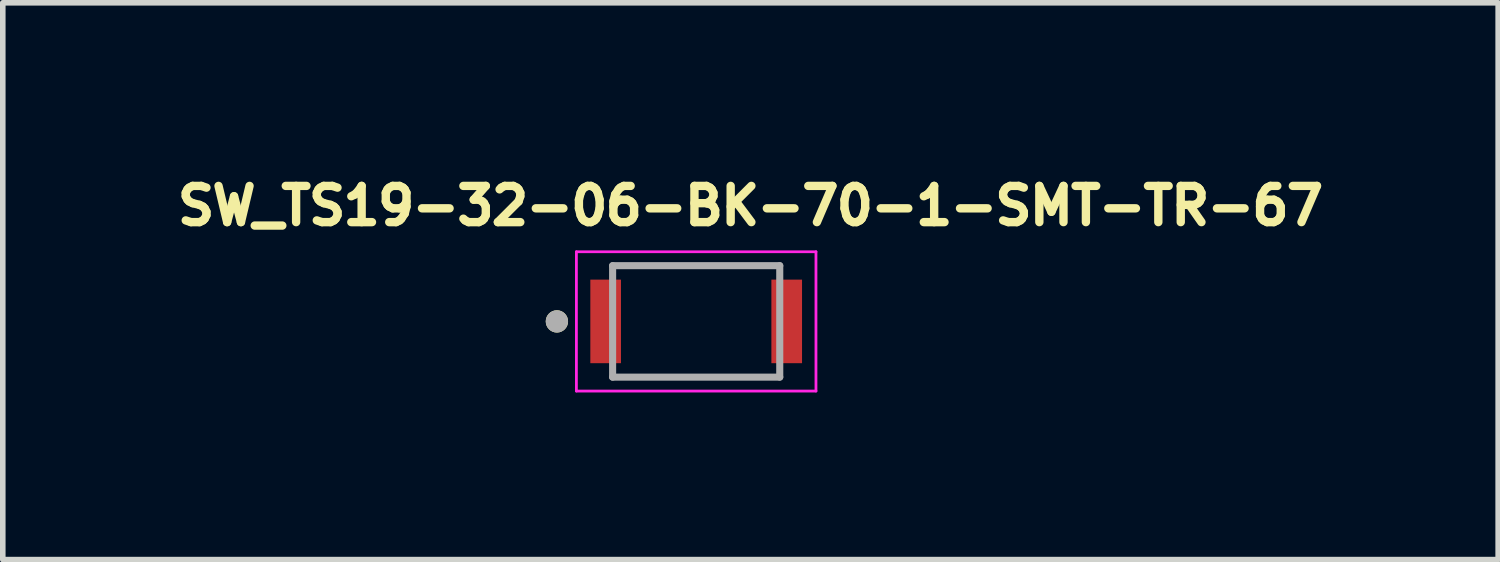
<source format=kicad_pcb>
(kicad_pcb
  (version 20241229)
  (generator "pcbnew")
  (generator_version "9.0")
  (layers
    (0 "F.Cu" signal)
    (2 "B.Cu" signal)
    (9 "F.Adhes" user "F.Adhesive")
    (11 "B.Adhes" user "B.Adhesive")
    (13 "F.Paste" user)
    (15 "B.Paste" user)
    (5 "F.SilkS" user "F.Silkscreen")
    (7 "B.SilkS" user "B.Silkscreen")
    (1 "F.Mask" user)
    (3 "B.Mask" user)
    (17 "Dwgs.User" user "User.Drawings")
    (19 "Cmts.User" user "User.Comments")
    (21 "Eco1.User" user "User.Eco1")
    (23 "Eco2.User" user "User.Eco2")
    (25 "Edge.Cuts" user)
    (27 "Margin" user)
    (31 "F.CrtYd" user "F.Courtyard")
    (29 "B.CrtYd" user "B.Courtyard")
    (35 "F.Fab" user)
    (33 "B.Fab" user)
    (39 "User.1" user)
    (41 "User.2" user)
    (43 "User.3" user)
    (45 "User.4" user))
  (footprint "SW_TS19-32-06-BK-70-1-SMT-TR-67"
    (layer "F.Cu")
    (at 9.446 2.719)
    (property "Reference" "SW_TS19-32-06-BK-70-1-SMT-TR-67" (at 0.975 -2.075 0) (layer "F.SilkS") (effects (font (size 0.65 0.65) (thickness 0.15))))
    (attr smd)
    (fp_circle (center -2.5 0) (end -2.4 0) (stroke (width 0.2) (type solid)) (fill no) (layer "F.SilkS"))
    (fp_line (start -2.15 -1.25) (end -2.15 1.25) (stroke (width 0.05) (type solid)) (layer "F.CrtYd"))
    (fp_line (start -2.15 1.25) (end 2.15 1.25) (stroke (width 0.05) (type solid)) (layer "F.CrtYd"))
    (fp_line (start 2.15 -1.25) (end -2.15 -1.25) (stroke (width 0.05) (type solid)) (layer "F.CrtYd"))
    (fp_line (start 2.15 1.25) (end 2.15 -1.25) (stroke (width 0.05) (type solid)) (layer "F.CrtYd"))
    (fp_line (start -1.5 -1) (end -1.5 1) (stroke (width 0.127) (type solid)) (layer "F.Fab"))
    (fp_line (start -1.5 1) (end 1.5 1) (stroke (width 0.127) (type solid)) (layer "F.Fab"))
    (fp_line (start 1.5 -1) (end -1.5 -1) (stroke (width 0.127) (type solid)) (layer "F.Fab"))
    (fp_line (start 1.5 1) (end 1.5 -1) (stroke (width 0.127) (type solid)) (layer "F.Fab"))
    (fp_circle (center -2.5 0) (end -2.4 0) (stroke (width 0.2) (type solid)) (fill no) (layer "F.Fab"))
    (pad "1" smd rect (at -1.625 0) (size 0.55 1.5) (layers "F.Cu" "F.Mask" "F.Paste"))
    (pad "2" smd rect (at 1.625 0) (size 0.55 1.5) (layers "F.Cu" "F.Mask" "F.Paste"))
    (zone (net_name "") (layer "F.Cu") (hatch full 0.508) (connect_pads) (min_thickness 0.01) (filled_areas_thickness no) (keepout (tracks not_allowed) (vias not_allowed) (pads not_allowed) (copperpour not_allowed) (footprints allowed)) (placement (enabled no)) (fill) (polygon (pts (xy 8.496 1.718) (xy 10.396 1.718) (xy 10.396 3.719) (xy 8.496 3.719))))
    (zone (net_name "") (layers "F.Cu" "B.Cu") (hatch full 0.508) (connect_pads) (min_thickness 0.01) (filled_areas_thickness no) (keepout (tracks allowed) (vias not_allowed) (pads allowed) (copperpour allowed) (footprints allowed)) (placement (enabled no)) (fill) (polygon (pts (xy 8.496 1.718) (xy 10.396 1.718) (xy 10.396 3.719) (xy 8.496 3.719)))))
  (gr_rect
    (start -3 -3)
    (end 23.841 6.994)
    (stroke (width 0.1) (type default))
    (fill no)
    (layer "Edge.Cuts")))
</source>
